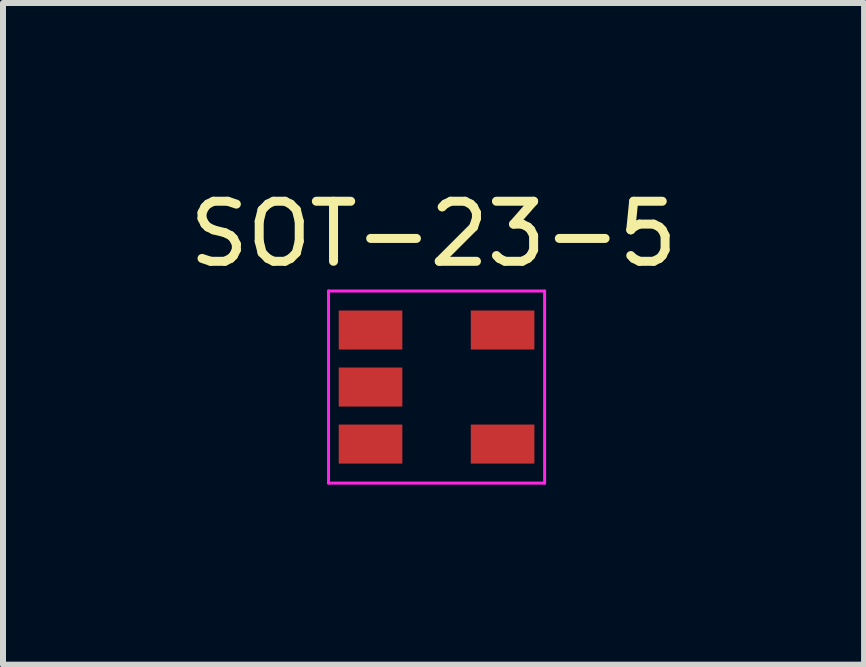
<source format=kicad_pcb>
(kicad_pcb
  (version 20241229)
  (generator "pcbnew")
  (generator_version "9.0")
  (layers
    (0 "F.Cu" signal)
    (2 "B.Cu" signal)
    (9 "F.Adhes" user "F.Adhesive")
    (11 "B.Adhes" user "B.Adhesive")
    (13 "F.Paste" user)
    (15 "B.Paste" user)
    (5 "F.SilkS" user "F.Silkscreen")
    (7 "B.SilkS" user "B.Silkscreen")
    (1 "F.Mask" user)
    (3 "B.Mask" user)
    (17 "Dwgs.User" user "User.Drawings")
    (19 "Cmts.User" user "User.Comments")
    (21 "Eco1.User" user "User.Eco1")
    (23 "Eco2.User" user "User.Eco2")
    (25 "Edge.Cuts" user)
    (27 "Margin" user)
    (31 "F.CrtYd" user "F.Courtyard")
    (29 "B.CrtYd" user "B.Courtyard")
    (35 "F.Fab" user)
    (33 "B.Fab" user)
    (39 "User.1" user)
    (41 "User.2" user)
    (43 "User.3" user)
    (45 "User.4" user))
  (footprint "SOT-23-5"
    (layer "F.Cu")
    (at 4.223 3.398)
    (property "Reference" "SOT-23-5" (at -0.05 -2.55 0) (layer "F.SilkS") (effects (font (size 1 1) (thickness 0.15))))
    (attr smd)
    (fp_line (start -1.8 -1.6) (end 1.8 -1.6) (stroke (width 0.05) (type solid)) (layer "F.CrtYd"))
    (fp_line (start -1.8 1.6) (end -1.8 -1.6) (stroke (width 0.05) (type solid)) (layer "F.CrtYd"))
    (fp_line (start 1.8 -1.6) (end 1.8 1.6) (stroke (width 0.05) (type solid)) (layer "F.CrtYd"))
    (fp_line (start 1.8 1.6) (end -1.8 1.6) (stroke (width 0.05) (type solid)) (layer "F.CrtYd"))
    (pad "1" smd rect (at -1.1 -0.95) (size 1.06 0.65) (layers "F.Cu" "F.Mask" "F.Paste"))
    (pad "2" smd rect (at -1.1 0) (size 1.06 0.65) (layers "F.Cu" "F.Mask" "F.Paste"))
    (pad "3" smd rect (at -1.1 0.95) (size 1.06 0.65) (layers "F.Cu" "F.Mask" "F.Paste"))
    (pad "4" smd rect (at 1.1 0.95) (size 1.06 0.65) (layers "F.Cu" "F.Mask" "F.Paste"))
    (pad "5" smd rect (at 1.1 -0.95) (size 1.06 0.65) (layers "F.Cu" "F.Mask" "F.Paste")))
  (gr_rect
    (start -3 -3)
    (end 11.345 8.023)
    (stroke (width 0.1) (type default))
    (fill no)
    (layer "Edge.Cuts")))
</source>
